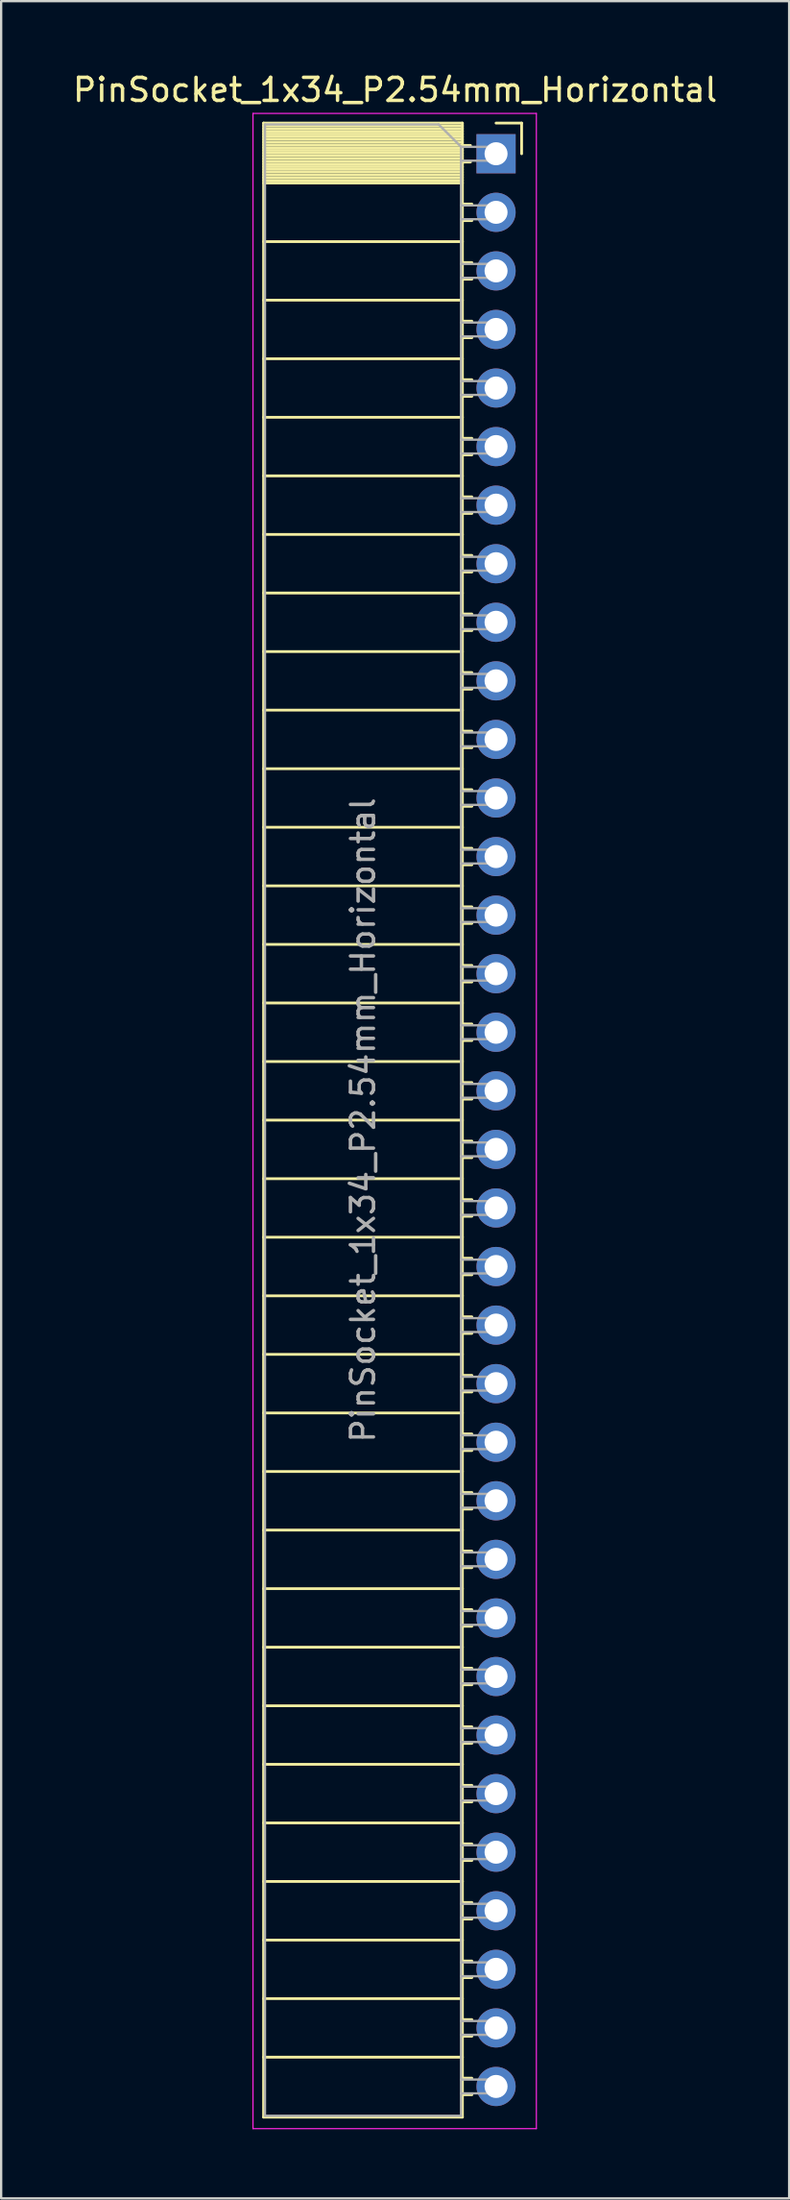
<source format=kicad_pcb>
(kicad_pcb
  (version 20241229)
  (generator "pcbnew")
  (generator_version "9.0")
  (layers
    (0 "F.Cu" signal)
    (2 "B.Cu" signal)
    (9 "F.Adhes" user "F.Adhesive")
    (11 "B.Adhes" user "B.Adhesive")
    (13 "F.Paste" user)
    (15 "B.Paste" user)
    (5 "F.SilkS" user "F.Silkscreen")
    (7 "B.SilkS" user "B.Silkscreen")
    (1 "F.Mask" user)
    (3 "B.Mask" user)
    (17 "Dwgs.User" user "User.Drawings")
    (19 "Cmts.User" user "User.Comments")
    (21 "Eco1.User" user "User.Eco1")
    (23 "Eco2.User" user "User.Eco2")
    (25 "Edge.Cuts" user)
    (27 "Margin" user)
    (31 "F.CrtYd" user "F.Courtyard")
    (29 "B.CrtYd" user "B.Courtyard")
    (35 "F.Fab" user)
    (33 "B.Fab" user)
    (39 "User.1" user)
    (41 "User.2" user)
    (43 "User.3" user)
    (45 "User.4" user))
  (footprint "PinSocket_1x34_P2.54mm_Horizontal"
    (layer "F.Cu")
    (at 18.481 3.618)
    (property "Reference" "PinSocket_1x34_P2.54mm_Horizontal" (at -4.38 -2.77 0) (layer "F.SilkS") (effects (font (size 1 1) (thickness 0.15))))
    (attr through_hole)
    (fp_line (start -10.09 -1.33) (end -10.09 85.15) (stroke (width 0.12) (type solid)) (layer "F.SilkS"))
    (fp_line (start -10.09 -1.33) (end -1.46 -1.33) (stroke (width 0.12) (type solid)) (layer "F.SilkS"))
    (fp_line (start -10.09 -1.21) (end -1.46 -1.21) (stroke (width 0.12) (type solid)) (layer "F.SilkS"))
    (fp_line (start -10.09 -1.092) (end -1.46 -1.092) (stroke (width 0.12) (type solid)) (layer "F.SilkS"))
    (fp_line (start -10.09 -0.974) (end -1.46 -0.974) (stroke (width 0.12) (type solid)) (layer "F.SilkS"))
    (fp_line (start -10.09 -0.856) (end -1.46 -0.856) (stroke (width 0.12) (type solid)) (layer "F.SilkS"))
    (fp_line (start -10.09 -0.738) (end -1.46 -0.738) (stroke (width 0.12) (type solid)) (layer "F.SilkS"))
    (fp_line (start -10.09 -0.62) (end -1.46 -0.62) (stroke (width 0.12) (type solid)) (layer "F.SilkS"))
    (fp_line (start -10.09 -0.501) (end -1.46 -0.501) (stroke (width 0.12) (type solid)) (layer "F.SilkS"))
    (fp_line (start -10.09 -0.383) (end -1.46 -0.383) (stroke (width 0.12) (type solid)) (layer "F.SilkS"))
    (fp_line (start -10.09 -0.265) (end -1.46 -0.265) (stroke (width 0.12) (type solid)) (layer "F.SilkS"))
    (fp_line (start -10.09 -0.147) (end -1.46 -0.147) (stroke (width 0.12) (type solid)) (layer "F.SilkS"))
    (fp_line (start -10.09 -0.029) (end -1.46 -0.029) (stroke (width 0.12) (type solid)) (layer "F.SilkS"))
    (fp_line (start -10.09 0.089) (end -1.46 0.089) (stroke (width 0.12) (type solid)) (layer "F.SilkS"))
    (fp_line (start -10.09 0.207) (end -1.46 0.207) (stroke (width 0.12) (type solid)) (layer "F.SilkS"))
    (fp_line (start -10.09 0.325) (end -1.46 0.325) (stroke (width 0.12) (type solid)) (layer "F.SilkS"))
    (fp_line (start -10.09 0.443) (end -1.46 0.443) (stroke (width 0.12) (type solid)) (layer "F.SilkS"))
    (fp_line (start -10.09 0.561) (end -1.46 0.561) (stroke (width 0.12) (type solid)) (layer "F.SilkS"))
    (fp_line (start -10.09 0.68) (end -1.46 0.68) (stroke (width 0.12) (type solid)) (layer "F.SilkS"))
    (fp_line (start -10.09 0.798) (end -1.46 0.798) (stroke (width 0.12) (type solid)) (layer "F.SilkS"))
    (fp_line (start -10.09 0.916) (end -1.46 0.916) (stroke (width 0.12) (type solid)) (layer "F.SilkS"))
    (fp_line (start -10.09 1.034) (end -1.46 1.034) (stroke (width 0.12) (type solid)) (layer "F.SilkS"))
    (fp_line (start -10.09 1.152) (end -1.46 1.152) (stroke (width 0.12) (type solid)) (layer "F.SilkS"))
    (fp_line (start -10.09 1.27) (end -1.46 1.27) (stroke (width 0.12) (type solid)) (layer "F.SilkS"))
    (fp_line (start -10.09 3.81) (end -1.46 3.81) (stroke (width 0.12) (type solid)) (layer "F.SilkS"))
    (fp_line (start -10.09 6.35) (end -1.46 6.35) (stroke (width 0.12) (type solid)) (layer "F.SilkS"))
    (fp_line (start -10.09 8.89) (end -1.46 8.89) (stroke (width 0.12) (type solid)) (layer "F.SilkS"))
    (fp_line (start -10.09 11.43) (end -1.46 11.43) (stroke (width 0.12) (type solid)) (layer "F.SilkS"))
    (fp_line (start -10.09 13.97) (end -1.46 13.97) (stroke (width 0.12) (type solid)) (layer "F.SilkS"))
    (fp_line (start -10.09 16.51) (end -1.46 16.51) (stroke (width 0.12) (type solid)) (layer "F.SilkS"))
    (fp_line (start -10.09 19.05) (end -1.46 19.05) (stroke (width 0.12) (type solid)) (layer "F.SilkS"))
    (fp_line (start -10.09 21.59) (end -1.46 21.59) (stroke (width 0.12) (type solid)) (layer "F.SilkS"))
    (fp_line (start -10.09 24.13) (end -1.46 24.13) (stroke (width 0.12) (type solid)) (layer "F.SilkS"))
    (fp_line (start -10.09 26.67) (end -1.46 26.67) (stroke (width 0.12) (type solid)) (layer "F.SilkS"))
    (fp_line (start -10.09 29.21) (end -1.46 29.21) (stroke (width 0.12) (type solid)) (layer "F.SilkS"))
    (fp_line (start -10.09 31.75) (end -1.46 31.75) (stroke (width 0.12) (type solid)) (layer "F.SilkS"))
    (fp_line (start -10.09 34.29) (end -1.46 34.29) (stroke (width 0.12) (type solid)) (layer "F.SilkS"))
    (fp_line (start -10.09 36.83) (end -1.46 36.83) (stroke (width 0.12) (type solid)) (layer "F.SilkS"))
    (fp_line (start -10.09 39.37) (end -1.46 39.37) (stroke (width 0.12) (type solid)) (layer "F.SilkS"))
    (fp_line (start -10.09 41.91) (end -1.46 41.91) (stroke (width 0.12) (type solid)) (layer "F.SilkS"))
    (fp_line (start -10.09 44.45) (end -1.46 44.45) (stroke (width 0.12) (type solid)) (layer "F.SilkS"))
    (fp_line (start -10.09 46.99) (end -1.46 46.99) (stroke (width 0.12) (type solid)) (layer "F.SilkS"))
    (fp_line (start -10.09 49.53) (end -1.46 49.53) (stroke (width 0.12) (type solid)) (layer "F.SilkS"))
    (fp_line (start -10.09 52.07) (end -1.46 52.07) (stroke (width 0.12) (type solid)) (layer "F.SilkS"))
    (fp_line (start -10.09 54.61) (end -1.46 54.61) (stroke (width 0.12) (type solid)) (layer "F.SilkS"))
    (fp_line (start -10.09 57.15) (end -1.46 57.15) (stroke (width 0.12) (type solid)) (layer "F.SilkS"))
    (fp_line (start -10.09 59.69) (end -1.46 59.69) (stroke (width 0.12) (type solid)) (layer "F.SilkS"))
    (fp_line (start -10.09 62.23) (end -1.46 62.23) (stroke (width 0.12) (type solid)) (layer "F.SilkS"))
    (fp_line (start -10.09 64.77) (end -1.46 64.77) (stroke (width 0.12) (type solid)) (layer "F.SilkS"))
    (fp_line (start -10.09 67.31) (end -1.46 67.31) (stroke (width 0.12) (type solid)) (layer "F.SilkS"))
    (fp_line (start -10.09 69.85) (end -1.46 69.85) (stroke (width 0.12) (type solid)) (layer "F.SilkS"))
    (fp_line (start -10.09 72.39) (end -1.46 72.39) (stroke (width 0.12) (type solid)) (layer "F.SilkS"))
    (fp_line (start -10.09 74.93) (end -1.46 74.93) (stroke (width 0.12) (type solid)) (layer "F.SilkS"))
    (fp_line (start -10.09 77.47) (end -1.46 77.47) (stroke (width 0.12) (type solid)) (layer "F.SilkS"))
    (fp_line (start -10.09 80.01) (end -1.46 80.01) (stroke (width 0.12) (type solid)) (layer "F.SilkS"))
    (fp_line (start -10.09 82.55) (end -1.46 82.55) (stroke (width 0.12) (type solid)) (layer "F.SilkS"))
    (fp_line (start -10.09 85.15) (end -1.46 85.15) (stroke (width 0.12) (type solid)) (layer "F.SilkS"))
    (fp_line (start -1.46 -1.33) (end -1.46 85.15) (stroke (width 0.12) (type solid)) (layer "F.SilkS"))
    (fp_line (start -1.46 -0.36) (end -1.11 -0.36) (stroke (width 0.12) (type solid)) (layer "F.SilkS"))
    (fp_line (start -1.46 0.36) (end -1.11 0.36) (stroke (width 0.12) (type solid)) (layer "F.SilkS"))
    (fp_line (start -1.46 2.18) (end -1.05 2.18) (stroke (width 0.12) (type solid)) (layer "F.SilkS"))
    (fp_line (start -1.46 2.9) (end -1.05 2.9) (stroke (width 0.12) (type solid)) (layer "F.SilkS"))
    (fp_line (start -1.46 4.72) (end -1.05 4.72) (stroke (width 0.12) (type solid)) (layer "F.SilkS"))
    (fp_line (start -1.46 5.44) (end -1.05 5.44) (stroke (width 0.12) (type solid)) (layer "F.SilkS"))
    (fp_line (start -1.46 7.26) (end -1.05 7.26) (stroke (width 0.12) (type solid)) (layer "F.SilkS"))
    (fp_line (start -1.46 7.98) (end -1.05 7.98) (stroke (width 0.12) (type solid)) (layer "F.SilkS"))
    (fp_line (start -1.46 9.8) (end -1.05 9.8) (stroke (width 0.12) (type solid)) (layer "F.SilkS"))
    (fp_line (start -1.46 10.52) (end -1.05 10.52) (stroke (width 0.12) (type solid)) (layer "F.SilkS"))
    (fp_line (start -1.46 12.34) (end -1.05 12.34) (stroke (width 0.12) (type solid)) (layer "F.SilkS"))
    (fp_line (start -1.46 13.06) (end -1.05 13.06) (stroke (width 0.12) (type solid)) (layer "F.SilkS"))
    (fp_line (start -1.46 14.88) (end -1.05 14.88) (stroke (width 0.12) (type solid)) (layer "F.SilkS"))
    (fp_line (start -1.46 15.6) (end -1.05 15.6) (stroke (width 0.12) (type solid)) (layer "F.SilkS"))
    (fp_line (start -1.46 17.42) (end -1.05 17.42) (stroke (width 0.12) (type solid)) (layer "F.SilkS"))
    (fp_line (start -1.46 18.14) (end -1.05 18.14) (stroke (width 0.12) (type solid)) (layer "F.SilkS"))
    (fp_line (start -1.46 19.96) (end -1.05 19.96) (stroke (width 0.12) (type solid)) (layer "F.SilkS"))
    (fp_line (start -1.46 20.68) (end -1.05 20.68) (stroke (width 0.12) (type solid)) (layer "F.SilkS"))
    (fp_line (start -1.46 22.5) (end -1.05 22.5) (stroke (width 0.12) (type solid)) (layer "F.SilkS"))
    (fp_line (start -1.46 23.22) (end -1.05 23.22) (stroke (width 0.12) (type solid)) (layer "F.SilkS"))
    (fp_line (start -1.46 25.04) (end -1.05 25.04) (stroke (width 0.12) (type solid)) (layer "F.SilkS"))
    (fp_line (start -1.46 25.76) (end -1.05 25.76) (stroke (width 0.12) (type solid)) (layer "F.SilkS"))
    (fp_line (start -1.46 27.58) (end -1.05 27.58) (stroke (width 0.12) (type solid)) (layer "F.SilkS"))
    (fp_line (start -1.46 28.3) (end -1.05 28.3) (stroke (width 0.12) (type solid)) (layer "F.SilkS"))
    (fp_line (start -1.46 30.12) (end -1.05 30.12) (stroke (width 0.12) (type solid)) (layer "F.SilkS"))
    (fp_line (start -1.46 30.84) (end -1.05 30.84) (stroke (width 0.12) (type solid)) (layer "F.SilkS"))
    (fp_line (start -1.46 32.66) (end -1.05 32.66) (stroke (width 0.12) (type solid)) (layer "F.SilkS"))
    (fp_line (start -1.46 33.38) (end -1.05 33.38) (stroke (width 0.12) (type solid)) (layer "F.SilkS"))
    (fp_line (start -1.46 35.2) (end -1.05 35.2) (stroke (width 0.12) (type solid)) (layer "F.SilkS"))
    (fp_line (start -1.46 35.92) (end -1.05 35.92) (stroke (width 0.12) (type solid)) (layer "F.SilkS"))
    (fp_line (start -1.46 37.74) (end -1.05 37.74) (stroke (width 0.12) (type solid)) (layer "F.SilkS"))
    (fp_line (start -1.46 38.46) (end -1.05 38.46) (stroke (width 0.12) (type solid)) (layer "F.SilkS"))
    (fp_line (start -1.46 40.28) (end -1.05 40.28) (stroke (width 0.12) (type solid)) (layer "F.SilkS"))
    (fp_line (start -1.46 41) (end -1.05 41) (stroke (width 0.12) (type solid)) (layer "F.SilkS"))
    (fp_line (start -1.46 42.82) (end -1.05 42.82) (stroke (width 0.12) (type solid)) (layer "F.SilkS"))
    (fp_line (start -1.46 43.54) (end -1.05 43.54) (stroke (width 0.12) (type solid)) (layer "F.SilkS"))
    (fp_line (start -1.46 45.36) (end -1.05 45.36) (stroke (width 0.12) (type solid)) (layer "F.SilkS"))
    (fp_line (start -1.46 46.08) (end -1.05 46.08) (stroke (width 0.12) (type solid)) (layer "F.SilkS"))
    (fp_line (start -1.46 47.9) (end -1.05 47.9) (stroke (width 0.12) (type solid)) (layer "F.SilkS"))
    (fp_line (start -1.46 48.62) (end -1.05 48.62) (stroke (width 0.12) (type solid)) (layer "F.SilkS"))
    (fp_line (start -1.46 50.44) (end -1.05 50.44) (stroke (width 0.12) (type solid)) (layer "F.SilkS"))
    (fp_line (start -1.46 51.16) (end -1.05 51.16) (stroke (width 0.12) (type solid)) (layer "F.SilkS"))
    (fp_line (start -1.46 52.98) (end -1.05 52.98) (stroke (width 0.12) (type solid)) (layer "F.SilkS"))
    (fp_line (start -1.46 53.7) (end -1.05 53.7) (stroke (width 0.12) (type solid)) (layer "F.SilkS"))
    (fp_line (start -1.46 55.52) (end -1.05 55.52) (stroke (width 0.12) (type solid)) (layer "F.SilkS"))
    (fp_line (start -1.46 56.24) (end -1.05 56.24) (stroke (width 0.12) (type solid)) (layer "F.SilkS"))
    (fp_line (start -1.46 58.06) (end -1.05 58.06) (stroke (width 0.12) (type solid)) (layer "F.SilkS"))
    (fp_line (start -1.46 58.78) (end -1.05 58.78) (stroke (width 0.12) (type solid)) (layer "F.SilkS"))
    (fp_line (start -1.46 60.6) (end -1.05 60.6) (stroke (width 0.12) (type solid)) (layer "F.SilkS"))
    (fp_line (start -1.46 61.32) (end -1.05 61.32) (stroke (width 0.12) (type solid)) (layer "F.SilkS"))
    (fp_line (start -1.46 63.14) (end -1.05 63.14) (stroke (width 0.12) (type solid)) (layer "F.SilkS"))
    (fp_line (start -1.46 63.86) (end -1.05 63.86) (stroke (width 0.12) (type solid)) (layer "F.SilkS"))
    (fp_line (start -1.46 65.68) (end -1.05 65.68) (stroke (width 0.12) (type solid)) (layer "F.SilkS"))
    (fp_line (start -1.46 66.4) (end -1.05 66.4) (stroke (width 0.12) (type solid)) (layer "F.SilkS"))
    (fp_line (start -1.46 68.22) (end -1.05 68.22) (stroke (width 0.12) (type solid)) (layer "F.SilkS"))
    (fp_line (start -1.46 68.94) (end -1.05 68.94) (stroke (width 0.12) (type solid)) (layer "F.SilkS"))
    (fp_line (start -1.46 70.76) (end -1.05 70.76) (stroke (width 0.12) (type solid)) (layer "F.SilkS"))
    (fp_line (start -1.46 71.48) (end -1.05 71.48) (stroke (width 0.12) (type solid)) (layer "F.SilkS"))
    (fp_line (start -1.46 73.3) (end -1.05 73.3) (stroke (width 0.12) (type solid)) (layer "F.SilkS"))
    (fp_line (start -1.46 74.02) (end -1.05 74.02) (stroke (width 0.12) (type solid)) (layer "F.SilkS"))
    (fp_line (start -1.46 75.84) (end -1.05 75.84) (stroke (width 0.12) (type solid)) (layer "F.SilkS"))
    (fp_line (start -1.46 76.56) (end -1.05 76.56) (stroke (width 0.12) (type solid)) (layer "F.SilkS"))
    (fp_line (start -1.46 78.38) (end -1.05 78.38) (stroke (width 0.12) (type solid)) (layer "F.SilkS"))
    (fp_line (start -1.46 79.1) (end -1.05 79.1) (stroke (width 0.12) (type solid)) (layer "F.SilkS"))
    (fp_line (start -1.46 80.92) (end -1.05 80.92) (stroke (width 0.12) (type solid)) (layer "F.SilkS"))
    (fp_line (start -1.46 81.64) (end -1.05 81.64) (stroke (width 0.12) (type solid)) (layer "F.SilkS"))
    (fp_line (start -1.46 83.46) (end -1.05 83.46) (stroke (width 0.12) (type solid)) (layer "F.SilkS"))
    (fp_line (start -1.46 84.18) (end -1.05 84.18) (stroke (width 0.12) (type solid)) (layer "F.SilkS"))
    (fp_line (start 0 -1.33) (end 1.11 -1.33) (stroke (width 0.12) (type solid)) (layer "F.SilkS"))
    (fp_line (start 1.11 -1.33) (end 1.11 0) (stroke (width 0.12) (type solid)) (layer "F.SilkS"))
    (fp_line (start -10.55 -1.75) (end -10.55 85.65) (stroke (width 0.05) (type solid)) (layer "F.CrtYd"))
    (fp_line (start -10.55 85.65) (end 1.75 85.65) (stroke (width 0.05) (type solid)) (layer "F.CrtYd"))
    (fp_line (start 1.75 -1.75) (end -10.55 -1.75) (stroke (width 0.05) (type solid)) (layer "F.CrtYd"))
    (fp_line (start 1.75 85.65) (end 1.75 -1.75) (stroke (width 0.05) (type solid)) (layer "F.CrtYd"))
    (fp_line (start -10.03 -1.27) (end -2.49 -1.27) (stroke (width 0.1) (type solid)) (layer "F.Fab"))
    (fp_line (start -10.03 85.09) (end -10.03 -1.27) (stroke (width 0.1) (type solid)) (layer "F.Fab"))
    (fp_line (start -2.49 -1.27) (end -1.52 -0.3) (stroke (width 0.1) (type solid)) (layer "F.Fab"))
    (fp_line (start -1.52 -0.3) (end -1.52 85.09) (stroke (width 0.1) (type solid)) (layer "F.Fab"))
    (fp_line (start -1.52 0.3) (end 0 0.3) (stroke (width 0.1) (type solid)) (layer "F.Fab"))
    (fp_line (start -1.52 2.84) (end 0 2.84) (stroke (width 0.1) (type solid)) (layer "F.Fab"))
    (fp_line (start -1.52 5.38) (end 0 5.38) (stroke (width 0.1) (type solid)) (layer "F.Fab"))
    (fp_line (start -1.52 7.92) (end 0 7.92) (stroke (width 0.1) (type solid)) (layer "F.Fab"))
    (fp_line (start -1.52 10.46) (end 0 10.46) (stroke (width 0.1) (type solid)) (layer "F.Fab"))
    (fp_line (start -1.52 13) (end 0 13) (stroke (width 0.1) (type solid)) (layer "F.Fab"))
    (fp_line (start -1.52 15.54) (end 0 15.54) (stroke (width 0.1) (type solid)) (layer "F.Fab"))
    (fp_line (start -1.52 18.08) (end 0 18.08) (stroke (width 0.1) (type solid)) (layer "F.Fab"))
    (fp_line (start -1.52 20.62) (end 0 20.62) (stroke (width 0.1) (type solid)) (layer "F.Fab"))
    (fp_line (start -1.52 23.16) (end 0 23.16) (stroke (width 0.1) (type solid)) (layer "F.Fab"))
    (fp_line (start -1.52 25.7) (end 0 25.7) (stroke (width 0.1) (type solid)) (layer "F.Fab"))
    (fp_line (start -1.52 28.24) (end 0 28.24) (stroke (width 0.1) (type solid)) (layer "F.Fab"))
    (fp_line (start -1.52 30.78) (end 0 30.78) (stroke (width 0.1) (type solid)) (layer "F.Fab"))
    (fp_line (start -1.52 33.32) (end 0 33.32) (stroke (width 0.1) (type solid)) (layer "F.Fab"))
    (fp_line (start -1.52 35.86) (end 0 35.86) (stroke (width 0.1) (type solid)) (layer "F.Fab"))
    (fp_line (start -1.52 38.4) (end 0 38.4) (stroke (width 0.1) (type solid)) (layer "F.Fab"))
    (fp_line (start -1.52 40.94) (end 0 40.94) (stroke (width 0.1) (type solid)) (layer "F.Fab"))
    (fp_line (start -1.52 43.48) (end 0 43.48) (stroke (width 0.1) (type solid)) (layer "F.Fab"))
    (fp_line (start -1.52 46.02) (end 0 46.02) (stroke (width 0.1) (type solid)) (layer "F.Fab"))
    (fp_line (start -1.52 48.56) (end 0 48.56) (stroke (width 0.1) (type solid)) (layer "F.Fab"))
    (fp_line (start -1.52 51.1) (end 0 51.1) (stroke (width 0.1) (type solid)) (layer "F.Fab"))
    (fp_line (start -1.52 53.64) (end 0 53.64) (stroke (width 0.1) (type solid)) (layer "F.Fab"))
    (fp_line (start -1.52 56.18) (end 0 56.18) (stroke (width 0.1) (type solid)) (layer "F.Fab"))
    (fp_line (start -1.52 58.72) (end 0 58.72) (stroke (width 0.1) (type solid)) (layer "F.Fab"))
    (fp_line (start -1.52 61.26) (end 0 61.26) (stroke (width 0.1) (type solid)) (layer "F.Fab"))
    (fp_line (start -1.52 63.8) (end 0 63.8) (stroke (width 0.1) (type solid)) (layer "F.Fab"))
    (fp_line (start -1.52 66.34) (end 0 66.34) (stroke (width 0.1) (type solid)) (layer "F.Fab"))
    (fp_line (start -1.52 68.88) (end 0 68.88) (stroke (width 0.1) (type solid)) (layer "F.Fab"))
    (fp_line (start -1.52 71.42) (end 0 71.42) (stroke (width 0.1) (type solid)) (layer "F.Fab"))
    (fp_line (start -1.52 73.96) (end 0 73.96) (stroke (width 0.1) (type solid)) (layer "F.Fab"))
    (fp_line (start -1.52 76.5) (end 0 76.5) (stroke (width 0.1) (type solid)) (layer "F.Fab"))
    (fp_line (start -1.52 79.04) (end 0 79.04) (stroke (width 0.1) (type solid)) (layer "F.Fab"))
    (fp_line (start -1.52 81.58) (end 0 81.58) (stroke (width 0.1) (type solid)) (layer "F.Fab"))
    (fp_line (start -1.52 84.12) (end 0 84.12) (stroke (width 0.1) (type solid)) (layer "F.Fab"))
    (fp_line (start -1.52 85.09) (end -10.03 85.09) (stroke (width 0.1) (type solid)) (layer "F.Fab"))
    (fp_line (start 0 -0.3) (end -1.52 -0.3) (stroke (width 0.1) (type solid)) (layer "F.Fab"))
    (fp_line (start 0 0.3) (end 0 -0.3) (stroke (width 0.1) (type solid)) (layer "F.Fab"))
    (fp_line (start 0 2.24) (end -1.52 2.24) (stroke (width 0.1) (type solid)) (layer "F.Fab"))
    (fp_line (start 0 2.84) (end 0 2.24) (stroke (width 0.1) (type solid)) (layer "F.Fab"))
    (fp_line (start 0 4.78) (end -1.52 4.78) (stroke (width 0.1) (type solid)) (layer "F.Fab"))
    (fp_line (start 0 5.38) (end 0 4.78) (stroke (width 0.1) (type solid)) (layer "F.Fab"))
    (fp_line (start 0 7.32) (end -1.52 7.32) (stroke (width 0.1) (type solid)) (layer "F.Fab"))
    (fp_line (start 0 7.92) (end 0 7.32) (stroke (width 0.1) (type solid)) (layer "F.Fab"))
    (fp_line (start 0 9.86) (end -1.52 9.86) (stroke (width 0.1) (type solid)) (layer "F.Fab"))
    (fp_line (start 0 10.46) (end 0 9.86) (stroke (width 0.1) (type solid)) (layer "F.Fab"))
    (fp_line (start 0 12.4) (end -1.52 12.4) (stroke (width 0.1) (type solid)) (layer "F.Fab"))
    (fp_line (start 0 13) (end 0 12.4) (stroke (width 0.1) (type solid)) (layer "F.Fab"))
    (fp_line (start 0 14.94) (end -1.52 14.94) (stroke (width 0.1) (type solid)) (layer "F.Fab"))
    (fp_line (start 0 15.54) (end 0 14.94) (stroke (width 0.1) (type solid)) (layer "F.Fab"))
    (fp_line (start 0 17.48) (end -1.52 17.48) (stroke (width 0.1) (type solid)) (layer "F.Fab"))
    (fp_line (start 0 18.08) (end 0 17.48) (stroke (width 0.1) (type solid)) (layer "F.Fab"))
    (fp_line (start 0 20.02) (end -1.52 20.02) (stroke (width 0.1) (type solid)) (layer "F.Fab"))
    (fp_line (start 0 20.62) (end 0 20.02) (stroke (width 0.1) (type solid)) (layer "F.Fab"))
    (fp_line (start 0 22.56) (end -1.52 22.56) (stroke (width 0.1) (type solid)) (layer "F.Fab"))
    (fp_line (start 0 23.16) (end 0 22.56) (stroke (width 0.1) (type solid)) (layer "F.Fab"))
    (fp_line (start 0 25.1) (end -1.52 25.1) (stroke (width 0.1) (type solid)) (layer "F.Fab"))
    (fp_line (start 0 25.7) (end 0 25.1) (stroke (width 0.1) (type solid)) (layer "F.Fab"))
    (fp_line (start 0 27.64) (end -1.52 27.64) (stroke (width 0.1) (type solid)) (layer "F.Fab"))
    (fp_line (start 0 28.24) (end 0 27.64) (stroke (width 0.1) (type solid)) (layer "F.Fab"))
    (fp_line (start 0 30.18) (end -1.52 30.18) (stroke (width 0.1) (type solid)) (layer "F.Fab"))
    (fp_line (start 0 30.78) (end 0 30.18) (stroke (width 0.1) (type solid)) (layer "F.Fab"))
    (fp_line (start 0 32.72) (end -1.52 32.72) (stroke (width 0.1) (type solid)) (layer "F.Fab"))
    (fp_line (start 0 33.32) (end 0 32.72) (stroke (width 0.1) (type solid)) (layer "F.Fab"))
    (fp_line (start 0 35.26) (end -1.52 35.26) (stroke (width 0.1) (type solid)) (layer "F.Fab"))
    (fp_line (start 0 35.86) (end 0 35.26) (stroke (width 0.1) (type solid)) (layer "F.Fab"))
    (fp_line (start 0 37.8) (end -1.52 37.8) (stroke (width 0.1) (type solid)) (layer "F.Fab"))
    (fp_line (start 0 38.4) (end 0 37.8) (stroke (width 0.1) (type solid)) (layer "F.Fab"))
    (fp_line (start 0 40.34) (end -1.52 40.34) (stroke (width 0.1) (type solid)) (layer "F.Fab"))
    (fp_line (start 0 40.94) (end 0 40.34) (stroke (width 0.1) (type solid)) (layer "F.Fab"))
    (fp_line (start 0 42.88) (end -1.52 42.88) (stroke (width 0.1) (type solid)) (layer "F.Fab"))
    (fp_line (start 0 43.48) (end 0 42.88) (stroke (width 0.1) (type solid)) (layer "F.Fab"))
    (fp_line (start 0 45.42) (end -1.52 45.42) (stroke (width 0.1) (type solid)) (layer "F.Fab"))
    (fp_line (start 0 46.02) (end 0 45.42) (stroke (width 0.1) (type solid)) (layer "F.Fab"))
    (fp_line (start 0 47.96) (end -1.52 47.96) (stroke (width 0.1) (type solid)) (layer "F.Fab"))
    (fp_line (start 0 48.56) (end 0 47.96) (stroke (width 0.1) (type solid)) (layer "F.Fab"))
    (fp_line (start 0 50.5) (end -1.52 50.5) (stroke (width 0.1) (type solid)) (layer "F.Fab"))
    (fp_line (start 0 51.1) (end 0 50.5) (stroke (width 0.1) (type solid)) (layer "F.Fab"))
    (fp_line (start 0 53.04) (end -1.52 53.04) (stroke (width 0.1) (type solid)) (layer "F.Fab"))
    (fp_line (start 0 53.64) (end 0 53.04) (stroke (width 0.1) (type solid)) (layer "F.Fab"))
    (fp_line (start 0 55.58) (end -1.52 55.58) (stroke (width 0.1) (type solid)) (layer "F.Fab"))
    (fp_line (start 0 56.18) (end 0 55.58) (stroke (width 0.1) (type solid)) (layer "F.Fab"))
    (fp_line (start 0 58.12) (end -1.52 58.12) (stroke (width 0.1) (type solid)) (layer "F.Fab"))
    (fp_line (start 0 58.72) (end 0 58.12) (stroke (width 0.1) (type solid)) (layer "F.Fab"))
    (fp_line (start 0 60.66) (end -1.52 60.66) (stroke (width 0.1) (type solid)) (layer "F.Fab"))
    (fp_line (start 0 61.26) (end 0 60.66) (stroke (width 0.1) (type solid)) (layer "F.Fab"))
    (fp_line (start 0 63.2) (end -1.52 63.2) (stroke (width 0.1) (type solid)) (layer "F.Fab"))
    (fp_line (start 0 63.8) (end 0 63.2) (stroke (width 0.1) (type solid)) (layer "F.Fab"))
    (fp_line (start 0 65.74) (end -1.52 65.74) (stroke (width 0.1) (type solid)) (layer "F.Fab"))
    (fp_line (start 0 66.34) (end 0 65.74) (stroke (width 0.1) (type solid)) (layer "F.Fab"))
    (fp_line (start 0 68.28) (end -1.52 68.28) (stroke (width 0.1) (type solid)) (layer "F.Fab"))
    (fp_line (start 0 68.88) (end 0 68.28) (stroke (width 0.1) (type solid)) (layer "F.Fab"))
    (fp_line (start 0 70.82) (end -1.52 70.82) (stroke (width 0.1) (type solid)) (layer "F.Fab"))
    (fp_line (start 0 71.42) (end 0 70.82) (stroke (width 0.1) (type solid)) (layer "F.Fab"))
    (fp_line (start 0 73.36) (end -1.52 73.36) (stroke (width 0.1) (type solid)) (layer "F.Fab"))
    (fp_line (start 0 73.96) (end 0 73.36) (stroke (width 0.1) (type solid)) (layer "F.Fab"))
    (fp_line (start 0 75.9) (end -1.52 75.9) (stroke (width 0.1) (type solid)) (layer "F.Fab"))
    (fp_line (start 0 76.5) (end 0 75.9) (stroke (width 0.1) (type solid)) (layer "F.Fab"))
    (fp_line (start 0 78.44) (end -1.52 78.44) (stroke (width 0.1) (type solid)) (layer "F.Fab"))
    (fp_line (start 0 79.04) (end 0 78.44) (stroke (width 0.1) (type solid)) (layer "F.Fab"))
    (fp_line (start 0 80.98) (end -1.52 80.98) (stroke (width 0.1) (type solid)) (layer "F.Fab"))
    (fp_line (start 0 81.58) (end 0 80.98) (stroke (width 0.1) (type solid)) (layer "F.Fab"))
    (fp_line (start 0 83.52) (end -1.52 83.52) (stroke (width 0.1) (type solid)) (layer "F.Fab"))
    (fp_line (start 0 84.12) (end 0 83.52) (stroke (width 0.1) (type solid)) (layer "F.Fab"))
    (fp_text user "${REFERENCE}" (at -5.775 41.91 90) (layer "F.Fab") (effects (font (size 1 1) (thickness 0.15))))
    (pad "1" thru_hole rect (at 0 0) (size 1.7 1.7) (drill 1) (layers "*.Cu" "*.Mask"))
    (pad "2" thru_hole circle (at 0 2.54) (size 1.7 1.7) (drill 1) (layers "*.Cu" "*.Mask"))
    (pad "3" thru_hole circle (at 0 5.08) (size 1.7 1.7) (drill 1) (layers "*.Cu" "*.Mask"))
    (pad "4" thru_hole circle (at 0 7.62) (size 1.7 1.7) (drill 1) (layers "*.Cu" "*.Mask"))
    (pad "5" thru_hole circle (at 0 10.16) (size 1.7 1.7) (drill 1) (layers "*.Cu" "*.Mask"))
    (pad "6" thru_hole circle (at 0 12.7) (size 1.7 1.7) (drill 1) (layers "*.Cu" "*.Mask"))
    (pad "7" thru_hole circle (at 0 15.24) (size 1.7 1.7) (drill 1) (layers "*.Cu" "*.Mask"))
    (pad "8" thru_hole circle (at 0 17.78) (size 1.7 1.7) (drill 1) (layers "*.Cu" "*.Mask"))
    (pad "9" thru_hole circle (at 0 20.32) (size 1.7 1.7) (drill 1) (layers "*.Cu" "*.Mask"))
    (pad "10" thru_hole circle (at 0 22.86) (size 1.7 1.7) (drill 1) (layers "*.Cu" "*.Mask"))
    (pad "11" thru_hole circle (at 0 25.4) (size 1.7 1.7) (drill 1) (layers "*.Cu" "*.Mask"))
    (pad "12" thru_hole circle (at 0 27.94) (size 1.7 1.7) (drill 1) (layers "*.Cu" "*.Mask"))
    (pad "13" thru_hole circle (at 0 30.48) (size 1.7 1.7) (drill 1) (layers "*.Cu" "*.Mask"))
    (pad "14" thru_hole circle (at 0 33.02) (size 1.7 1.7) (drill 1) (layers "*.Cu" "*.Mask"))
    (pad "15" thru_hole circle (at 0 35.56) (size 1.7 1.7) (drill 1) (layers "*.Cu" "*.Mask"))
    (pad "16" thru_hole circle (at 0 38.1) (size 1.7 1.7) (drill 1) (layers "*.Cu" "*.Mask"))
    (pad "17" thru_hole circle (at 0 40.64) (size 1.7 1.7) (drill 1) (layers "*.Cu" "*.Mask"))
    (pad "18" thru_hole circle (at 0 43.18) (size 1.7 1.7) (drill 1) (layers "*.Cu" "*.Mask"))
    (pad "19" thru_hole circle (at 0 45.72) (size 1.7 1.7) (drill 1) (layers "*.Cu" "*.Mask"))
    (pad "20" thru_hole circle (at 0 48.26) (size 1.7 1.7) (drill 1) (layers "*.Cu" "*.Mask"))
    (pad "21" thru_hole circle (at 0 50.8) (size 1.7 1.7) (drill 1) (layers "*.Cu" "*.Mask"))
    (pad "22" thru_hole circle (at 0 53.34) (size 1.7 1.7) (drill 1) (layers "*.Cu" "*.Mask"))
    (pad "23" thru_hole circle (at 0 55.88) (size 1.7 1.7) (drill 1) (layers "*.Cu" "*.Mask"))
    (pad "24" thru_hole circle (at 0 58.42) (size 1.7 1.7) (drill 1) (layers "*.Cu" "*.Mask"))
    (pad "25" thru_hole circle (at 0 60.96) (size 1.7 1.7) (drill 1) (layers "*.Cu" "*.Mask"))
    (pad "26" thru_hole circle (at 0 63.5) (size 1.7 1.7) (drill 1) (layers "*.Cu" "*.Mask"))
    (pad "27" thru_hole circle (at 0 66.04) (size 1.7 1.7) (drill 1) (layers "*.Cu" "*.Mask"))
    (pad "28" thru_hole circle (at 0 68.58) (size 1.7 1.7) (drill 1) (layers "*.Cu" "*.Mask"))
    (pad "29" thru_hole circle (at 0 71.12) (size 1.7 1.7) (drill 1) (layers "*.Cu" "*.Mask"))
    (pad "30" thru_hole circle (at 0 73.66) (size 1.7 1.7) (drill 1) (layers "*.Cu" "*.Mask"))
    (pad "31" thru_hole circle (at 0 76.2) (size 1.7 1.7) (drill 1) (layers "*.Cu" "*.Mask"))
    (pad "32" thru_hole circle (at 0 78.74) (size 1.7 1.7) (drill 1) (layers "*.Cu" "*.Mask"))
    (pad "33" thru_hole circle (at 0 81.28) (size 1.7 1.7) (drill 1) (layers "*.Cu" "*.Mask"))
    (pad "34" thru_hole circle (at 0 83.82) (size 1.7 1.7) (drill 1) (layers "*.Cu" "*.Mask")))
  (gr_rect
    (start -3 -3)
    (end 31.202 92.293)
    (stroke (width 0.1) (type default))
    (fill no)
    (layer "Edge.Cuts")))
</source>
